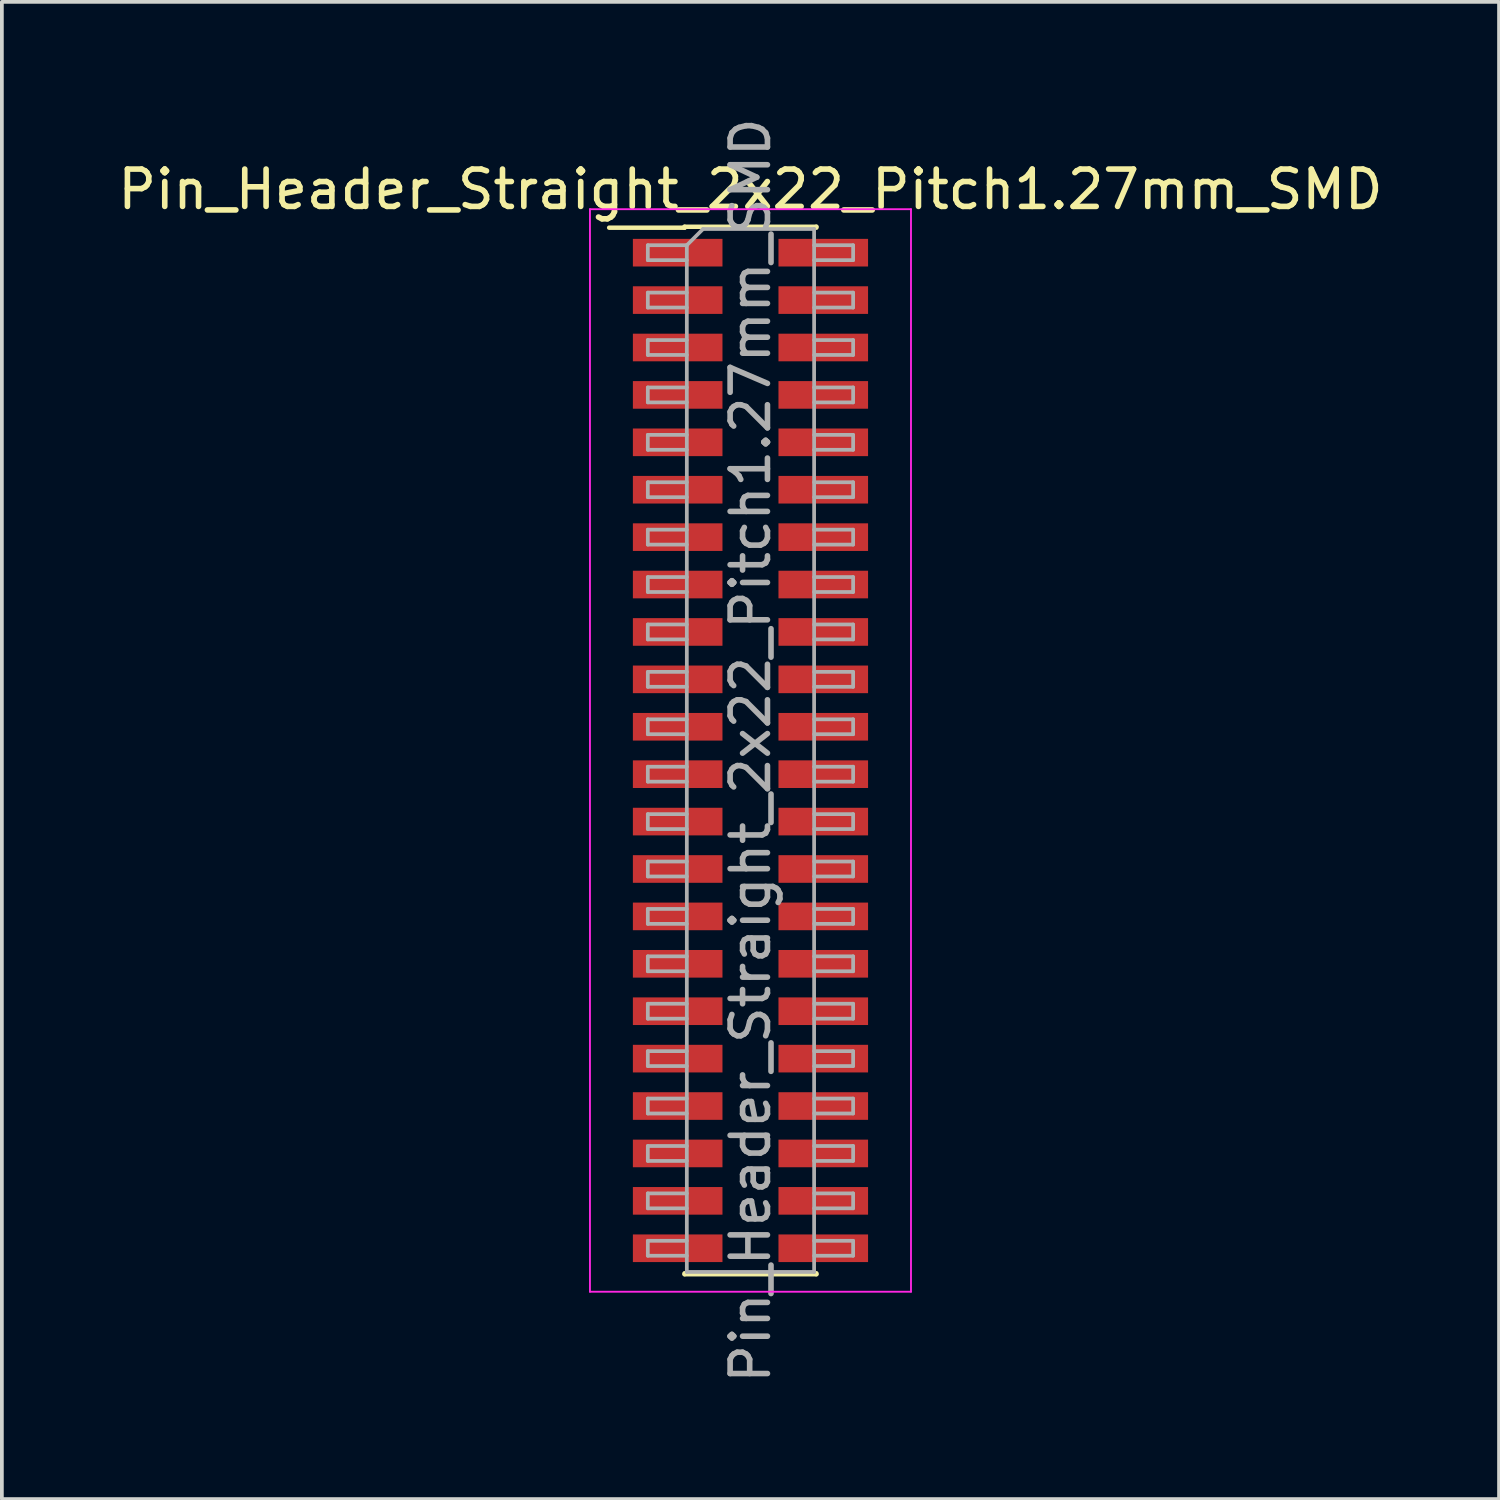
<source format=kicad_pcb>
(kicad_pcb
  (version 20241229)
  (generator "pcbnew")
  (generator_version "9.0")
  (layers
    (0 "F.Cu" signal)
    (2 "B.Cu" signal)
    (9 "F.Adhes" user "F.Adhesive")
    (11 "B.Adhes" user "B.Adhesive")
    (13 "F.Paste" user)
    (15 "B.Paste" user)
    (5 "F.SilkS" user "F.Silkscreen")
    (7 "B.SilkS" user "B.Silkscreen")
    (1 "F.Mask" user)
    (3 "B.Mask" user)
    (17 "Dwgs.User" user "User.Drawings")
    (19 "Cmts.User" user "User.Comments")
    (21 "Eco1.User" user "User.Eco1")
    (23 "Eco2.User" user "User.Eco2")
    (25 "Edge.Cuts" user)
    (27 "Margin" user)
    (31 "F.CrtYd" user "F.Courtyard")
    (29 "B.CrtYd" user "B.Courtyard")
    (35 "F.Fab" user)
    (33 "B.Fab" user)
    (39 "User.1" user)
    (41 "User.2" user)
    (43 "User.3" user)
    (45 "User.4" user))
  (footprint "Pin_Header_Straight_2x22_Pitch1.27mm_SMD"
    (layer "F.Cu")
    (at 17.054 17.054)
    (property "Reference" "Pin_Header_Straight_2x22_Pitch1.27mm_SMD" (at 0 -15.03 0) (layer "F.SilkS") (effects (font (size 1 1) (thickness 0.15))))
    (attr smd)
    (fp_line (start -3.785 -14.005) (end -1.765 -14.005) (stroke (width 0.12) (type solid)) (layer "F.SilkS"))
    (fp_line (start -1.765 -14.03) (end 1.765 -14.03) (stroke (width 0.12) (type solid)) (layer "F.SilkS"))
    (fp_line (start -1.765 -14.005) (end -1.765 -14.03) (stroke (width 0.12) (type solid)) (layer "F.SilkS"))
    (fp_line (start -1.765 14.005) (end -1.765 14.03) (stroke (width 0.12) (type solid)) (layer "F.SilkS"))
    (fp_line (start -1.765 14.03) (end 1.765 14.03) (stroke (width 0.12) (type solid)) (layer "F.SilkS"))
    (fp_line (start 1.765 -14.03) (end 1.765 -14.005) (stroke (width 0.12) (type solid)) (layer "F.SilkS"))
    (fp_line (start 1.765 14.03) (end 1.765 14.005) (stroke (width 0.12) (type solid)) (layer "F.SilkS"))
    (fp_line (start -4.3 -14.5) (end -4.3 14.5) (stroke (width 0.05) (type solid)) (layer "F.CrtYd"))
    (fp_line (start -4.3 14.5) (end 4.3 14.5) (stroke (width 0.05) (type solid)) (layer "F.CrtYd"))
    (fp_line (start 4.3 -14.5) (end -4.3 -14.5) (stroke (width 0.05) (type solid)) (layer "F.CrtYd"))
    (fp_line (start 4.3 14.5) (end 4.3 -14.5) (stroke (width 0.05) (type solid)) (layer "F.CrtYd"))
    (fp_line (start -2.75 -13.535) (end -2.75 -13.135) (stroke (width 0.1) (type solid)) (layer "F.Fab"))
    (fp_line (start -2.75 -13.135) (end -1.705 -13.135) (stroke (width 0.1) (type solid)) (layer "F.Fab"))
    (fp_line (start -2.75 -12.265) (end -2.75 -11.865) (stroke (width 0.1) (type solid)) (layer "F.Fab"))
    (fp_line (start -2.75 -11.865) (end -1.705 -11.865) (stroke (width 0.1) (type solid)) (layer "F.Fab"))
    (fp_line (start -2.75 -10.995) (end -2.75 -10.595) (stroke (width 0.1) (type solid)) (layer "F.Fab"))
    (fp_line (start -2.75 -10.595) (end -1.705 -10.595) (stroke (width 0.1) (type solid)) (layer "F.Fab"))
    (fp_line (start -2.75 -9.725) (end -2.75 -9.325) (stroke (width 0.1) (type solid)) (layer "F.Fab"))
    (fp_line (start -2.75 -9.325) (end -1.705 -9.325) (stroke (width 0.1) (type solid)) (layer "F.Fab"))
    (fp_line (start -2.75 -8.455) (end -2.75 -8.055) (stroke (width 0.1) (type solid)) (layer "F.Fab"))
    (fp_line (start -2.75 -8.055) (end -1.705 -8.055) (stroke (width 0.1) (type solid)) (layer "F.Fab"))
    (fp_line (start -2.75 -7.185) (end -2.75 -6.785) (stroke (width 0.1) (type solid)) (layer "F.Fab"))
    (fp_line (start -2.75 -6.785) (end -1.705 -6.785) (stroke (width 0.1) (type solid)) (layer "F.Fab"))
    (fp_line (start -2.75 -5.915) (end -2.75 -5.515) (stroke (width 0.1) (type solid)) (layer "F.Fab"))
    (fp_line (start -2.75 -5.515) (end -1.705 -5.515) (stroke (width 0.1) (type solid)) (layer "F.Fab"))
    (fp_line (start -2.75 -4.645) (end -2.75 -4.245) (stroke (width 0.1) (type solid)) (layer "F.Fab"))
    (fp_line (start -2.75 -4.245) (end -1.705 -4.245) (stroke (width 0.1) (type solid)) (layer "F.Fab"))
    (fp_line (start -2.75 -3.375) (end -2.75 -2.975) (stroke (width 0.1) (type solid)) (layer "F.Fab"))
    (fp_line (start -2.75 -2.975) (end -1.705 -2.975) (stroke (width 0.1) (type solid)) (layer "F.Fab"))
    (fp_line (start -2.75 -2.105) (end -2.75 -1.705) (stroke (width 0.1) (type solid)) (layer "F.Fab"))
    (fp_line (start -2.75 -1.705) (end -1.705 -1.705) (stroke (width 0.1) (type solid)) (layer "F.Fab"))
    (fp_line (start -2.75 -0.835) (end -2.75 -0.435) (stroke (width 0.1) (type solid)) (layer "F.Fab"))
    (fp_line (start -2.75 -0.435) (end -1.705 -0.435) (stroke (width 0.1) (type solid)) (layer "F.Fab"))
    (fp_line (start -2.75 0.435) (end -2.75 0.835) (stroke (width 0.1) (type solid)) (layer "F.Fab"))
    (fp_line (start -2.75 0.835) (end -1.705 0.835) (stroke (width 0.1) (type solid)) (layer "F.Fab"))
    (fp_line (start -2.75 1.705) (end -2.75 2.105) (stroke (width 0.1) (type solid)) (layer "F.Fab"))
    (fp_line (start -2.75 2.105) (end -1.705 2.105) (stroke (width 0.1) (type solid)) (layer "F.Fab"))
    (fp_line (start -2.75 2.975) (end -2.75 3.375) (stroke (width 0.1) (type solid)) (layer "F.Fab"))
    (fp_line (start -2.75 3.375) (end -1.705 3.375) (stroke (width 0.1) (type solid)) (layer "F.Fab"))
    (fp_line (start -2.75 4.245) (end -2.75 4.645) (stroke (width 0.1) (type solid)) (layer "F.Fab"))
    (fp_line (start -2.75 4.645) (end -1.705 4.645) (stroke (width 0.1) (type solid)) (layer "F.Fab"))
    (fp_line (start -2.75 5.515) (end -2.75 5.915) (stroke (width 0.1) (type solid)) (layer "F.Fab"))
    (fp_line (start -2.75 5.915) (end -1.705 5.915) (stroke (width 0.1) (type solid)) (layer "F.Fab"))
    (fp_line (start -2.75 6.785) (end -2.75 7.185) (stroke (width 0.1) (type solid)) (layer "F.Fab"))
    (fp_line (start -2.75 7.185) (end -1.705 7.185) (stroke (width 0.1) (type solid)) (layer "F.Fab"))
    (fp_line (start -2.75 8.055) (end -2.75 8.455) (stroke (width 0.1) (type solid)) (layer "F.Fab"))
    (fp_line (start -2.75 8.455) (end -1.705 8.455) (stroke (width 0.1) (type solid)) (layer "F.Fab"))
    (fp_line (start -2.75 9.325) (end -2.75 9.725) (stroke (width 0.1) (type solid)) (layer "F.Fab"))
    (fp_line (start -2.75 9.725) (end -1.705 9.725) (stroke (width 0.1) (type solid)) (layer "F.Fab"))
    (fp_line (start -2.75 10.595) (end -2.75 10.995) (stroke (width 0.1) (type solid)) (layer "F.Fab"))
    (fp_line (start -2.75 10.995) (end -1.705 10.995) (stroke (width 0.1) (type solid)) (layer "F.Fab"))
    (fp_line (start -2.75 11.865) (end -2.75 12.265) (stroke (width 0.1) (type solid)) (layer "F.Fab"))
    (fp_line (start -2.75 12.265) (end -1.705 12.265) (stroke (width 0.1) (type solid)) (layer "F.Fab"))
    (fp_line (start -2.75 13.135) (end -2.75 13.535) (stroke (width 0.1) (type solid)) (layer "F.Fab"))
    (fp_line (start -2.75 13.535) (end -1.705 13.535) (stroke (width 0.1) (type solid)) (layer "F.Fab"))
    (fp_line (start -1.705 -13.535) (end -2.75 -13.535) (stroke (width 0.1) (type solid)) (layer "F.Fab"))
    (fp_line (start -1.705 -13.535) (end -1.27 -13.97) (stroke (width 0.1) (type solid)) (layer "F.Fab"))
    (fp_line (start -1.705 -12.265) (end -2.75 -12.265) (stroke (width 0.1) (type solid)) (layer "F.Fab"))
    (fp_line (start -1.705 -10.995) (end -2.75 -10.995) (stroke (width 0.1) (type solid)) (layer "F.Fab"))
    (fp_line (start -1.705 -9.725) (end -2.75 -9.725) (stroke (width 0.1) (type solid)) (layer "F.Fab"))
    (fp_line (start -1.705 -8.455) (end -2.75 -8.455) (stroke (width 0.1) (type solid)) (layer "F.Fab"))
    (fp_line (start -1.705 -7.185) (end -2.75 -7.185) (stroke (width 0.1) (type solid)) (layer "F.Fab"))
    (fp_line (start -1.705 -5.915) (end -2.75 -5.915) (stroke (width 0.1) (type solid)) (layer "F.Fab"))
    (fp_line (start -1.705 -4.645) (end -2.75 -4.645) (stroke (width 0.1) (type solid)) (layer "F.Fab"))
    (fp_line (start -1.705 -3.375) (end -2.75 -3.375) (stroke (width 0.1) (type solid)) (layer "F.Fab"))
    (fp_line (start -1.705 -2.105) (end -2.75 -2.105) (stroke (width 0.1) (type solid)) (layer "F.Fab"))
    (fp_line (start -1.705 -0.835) (end -2.75 -0.835) (stroke (width 0.1) (type solid)) (layer "F.Fab"))
    (fp_line (start -1.705 0.435) (end -2.75 0.435) (stroke (width 0.1) (type solid)) (layer "F.Fab"))
    (fp_line (start -1.705 1.705) (end -2.75 1.705) (stroke (width 0.1) (type solid)) (layer "F.Fab"))
    (fp_line (start -1.705 2.975) (end -2.75 2.975) (stroke (width 0.1) (type solid)) (layer "F.Fab"))
    (fp_line (start -1.705 4.245) (end -2.75 4.245) (stroke (width 0.1) (type solid)) (layer "F.Fab"))
    (fp_line (start -1.705 5.515) (end -2.75 5.515) (stroke (width 0.1) (type solid)) (layer "F.Fab"))
    (fp_line (start -1.705 6.785) (end -2.75 6.785) (stroke (width 0.1) (type solid)) (layer "F.Fab"))
    (fp_line (start -1.705 8.055) (end -2.75 8.055) (stroke (width 0.1) (type solid)) (layer "F.Fab"))
    (fp_line (start -1.705 9.325) (end -2.75 9.325) (stroke (width 0.1) (type solid)) (layer "F.Fab"))
    (fp_line (start -1.705 10.595) (end -2.75 10.595) (stroke (width 0.1) (type solid)) (layer "F.Fab"))
    (fp_line (start -1.705 11.865) (end -2.75 11.865) (stroke (width 0.1) (type solid)) (layer "F.Fab"))
    (fp_line (start -1.705 13.135) (end -2.75 13.135) (stroke (width 0.1) (type solid)) (layer "F.Fab"))
    (fp_line (start -1.705 13.97) (end -1.705 -13.535) (stroke (width 0.1) (type solid)) (layer "F.Fab"))
    (fp_line (start -1.27 -13.97) (end 1.705 -13.97) (stroke (width 0.1) (type solid)) (layer "F.Fab"))
    (fp_line (start 1.705 -13.97) (end 1.705 13.97) (stroke (width 0.1) (type solid)) (layer "F.Fab"))
    (fp_line (start 1.705 -13.535) (end 2.75 -13.535) (stroke (width 0.1) (type solid)) (layer "F.Fab"))
    (fp_line (start 1.705 -12.265) (end 2.75 -12.265) (stroke (width 0.1) (type solid)) (layer "F.Fab"))
    (fp_line (start 1.705 -10.995) (end 2.75 -10.995) (stroke (width 0.1) (type solid)) (layer "F.Fab"))
    (fp_line (start 1.705 -9.725) (end 2.75 -9.725) (stroke (width 0.1) (type solid)) (layer "F.Fab"))
    (fp_line (start 1.705 -8.455) (end 2.75 -8.455) (stroke (width 0.1) (type solid)) (layer "F.Fab"))
    (fp_line (start 1.705 -7.185) (end 2.75 -7.185) (stroke (width 0.1) (type solid)) (layer "F.Fab"))
    (fp_line (start 1.705 -5.915) (end 2.75 -5.915) (stroke (width 0.1) (type solid)) (layer "F.Fab"))
    (fp_line (start 1.705 -4.645) (end 2.75 -4.645) (stroke (width 0.1) (type solid)) (layer "F.Fab"))
    (fp_line (start 1.705 -3.375) (end 2.75 -3.375) (stroke (width 0.1) (type solid)) (layer "F.Fab"))
    (fp_line (start 1.705 -2.105) (end 2.75 -2.105) (stroke (width 0.1) (type solid)) (layer "F.Fab"))
    (fp_line (start 1.705 -0.835) (end 2.75 -0.835) (stroke (width 0.1) (type solid)) (layer "F.Fab"))
    (fp_line (start 1.705 0.435) (end 2.75 0.435) (stroke (width 0.1) (type solid)) (layer "F.Fab"))
    (fp_line (start 1.705 1.705) (end 2.75 1.705) (stroke (width 0.1) (type solid)) (layer "F.Fab"))
    (fp_line (start 1.705 2.975) (end 2.75 2.975) (stroke (width 0.1) (type solid)) (layer "F.Fab"))
    (fp_line (start 1.705 4.245) (end 2.75 4.245) (stroke (width 0.1) (type solid)) (layer "F.Fab"))
    (fp_line (start 1.705 5.515) (end 2.75 5.515) (stroke (width 0.1) (type solid)) (layer "F.Fab"))
    (fp_line (start 1.705 6.785) (end 2.75 6.785) (stroke (width 0.1) (type solid)) (layer "F.Fab"))
    (fp_line (start 1.705 8.055) (end 2.75 8.055) (stroke (width 0.1) (type solid)) (layer "F.Fab"))
    (fp_line (start 1.705 9.325) (end 2.75 9.325) (stroke (width 0.1) (type solid)) (layer "F.Fab"))
    (fp_line (start 1.705 10.595) (end 2.75 10.595) (stroke (width 0.1) (type solid)) (layer "F.Fab"))
    (fp_line (start 1.705 11.865) (end 2.75 11.865) (stroke (width 0.1) (type solid)) (layer "F.Fab"))
    (fp_line (start 1.705 13.135) (end 2.75 13.135) (stroke (width 0.1) (type solid)) (layer "F.Fab"))
    (fp_line (start 1.705 13.97) (end -1.705 13.97) (stroke (width 0.1) (type solid)) (layer "F.Fab"))
    (fp_line (start 2.75 -13.535) (end 2.75 -13.135) (stroke (width 0.1) (type solid)) (layer "F.Fab"))
    (fp_line (start 2.75 -13.135) (end 1.705 -13.135) (stroke (width 0.1) (type solid)) (layer "F.Fab"))
    (fp_line (start 2.75 -12.265) (end 2.75 -11.865) (stroke (width 0.1) (type solid)) (layer "F.Fab"))
    (fp_line (start 2.75 -11.865) (end 1.705 -11.865) (stroke (width 0.1) (type solid)) (layer "F.Fab"))
    (fp_line (start 2.75 -10.995) (end 2.75 -10.595) (stroke (width 0.1) (type solid)) (layer "F.Fab"))
    (fp_line (start 2.75 -10.595) (end 1.705 -10.595) (stroke (width 0.1) (type solid)) (layer "F.Fab"))
    (fp_line (start 2.75 -9.725) (end 2.75 -9.325) (stroke (width 0.1) (type solid)) (layer "F.Fab"))
    (fp_line (start 2.75 -9.325) (end 1.705 -9.325) (stroke (width 0.1) (type solid)) (layer "F.Fab"))
    (fp_line (start 2.75 -8.455) (end 2.75 -8.055) (stroke (width 0.1) (type solid)) (layer "F.Fab"))
    (fp_line (start 2.75 -8.055) (end 1.705 -8.055) (stroke (width 0.1) (type solid)) (layer "F.Fab"))
    (fp_line (start 2.75 -7.185) (end 2.75 -6.785) (stroke (width 0.1) (type solid)) (layer "F.Fab"))
    (fp_line (start 2.75 -6.785) (end 1.705 -6.785) (stroke (width 0.1) (type solid)) (layer "F.Fab"))
    (fp_line (start 2.75 -5.915) (end 2.75 -5.515) (stroke (width 0.1) (type solid)) (layer "F.Fab"))
    (fp_line (start 2.75 -5.515) (end 1.705 -5.515) (stroke (width 0.1) (type solid)) (layer "F.Fab"))
    (fp_line (start 2.75 -4.645) (end 2.75 -4.245) (stroke (width 0.1) (type solid)) (layer "F.Fab"))
    (fp_line (start 2.75 -4.245) (end 1.705 -4.245) (stroke (width 0.1) (type solid)) (layer "F.Fab"))
    (fp_line (start 2.75 -3.375) (end 2.75 -2.975) (stroke (width 0.1) (type solid)) (layer "F.Fab"))
    (fp_line (start 2.75 -2.975) (end 1.705 -2.975) (stroke (width 0.1) (type solid)) (layer "F.Fab"))
    (fp_line (start 2.75 -2.105) (end 2.75 -1.705) (stroke (width 0.1) (type solid)) (layer "F.Fab"))
    (fp_line (start 2.75 -1.705) (end 1.705 -1.705) (stroke (width 0.1) (type solid)) (layer "F.Fab"))
    (fp_line (start 2.75 -0.835) (end 2.75 -0.435) (stroke (width 0.1) (type solid)) (layer "F.Fab"))
    (fp_line (start 2.75 -0.435) (end 1.705 -0.435) (stroke (width 0.1) (type solid)) (layer "F.Fab"))
    (fp_line (start 2.75 0.435) (end 2.75 0.835) (stroke (width 0.1) (type solid)) (layer "F.Fab"))
    (fp_line (start 2.75 0.835) (end 1.705 0.835) (stroke (width 0.1) (type solid)) (layer "F.Fab"))
    (fp_line (start 2.75 1.705) (end 2.75 2.105) (stroke (width 0.1) (type solid)) (layer "F.Fab"))
    (fp_line (start 2.75 2.105) (end 1.705 2.105) (stroke (width 0.1) (type solid)) (layer "F.Fab"))
    (fp_line (start 2.75 2.975) (end 2.75 3.375) (stroke (width 0.1) (type solid)) (layer "F.Fab"))
    (fp_line (start 2.75 3.375) (end 1.705 3.375) (stroke (width 0.1) (type solid)) (layer "F.Fab"))
    (fp_line (start 2.75 4.245) (end 2.75 4.645) (stroke (width 0.1) (type solid)) (layer "F.Fab"))
    (fp_line (start 2.75 4.645) (end 1.705 4.645) (stroke (width 0.1) (type solid)) (layer "F.Fab"))
    (fp_line (start 2.75 5.515) (end 2.75 5.915) (stroke (width 0.1) (type solid)) (layer "F.Fab"))
    (fp_line (start 2.75 5.915) (end 1.705 5.915) (stroke (width 0.1) (type solid)) (layer "F.Fab"))
    (fp_line (start 2.75 6.785) (end 2.75 7.185) (stroke (width 0.1) (type solid)) (layer "F.Fab"))
    (fp_line (start 2.75 7.185) (end 1.705 7.185) (stroke (width 0.1) (type solid)) (layer "F.Fab"))
    (fp_line (start 2.75 8.055) (end 2.75 8.455) (stroke (width 0.1) (type solid)) (layer "F.Fab"))
    (fp_line (start 2.75 8.455) (end 1.705 8.455) (stroke (width 0.1) (type solid)) (layer "F.Fab"))
    (fp_line (start 2.75 9.325) (end 2.75 9.725) (stroke (width 0.1) (type solid)) (layer "F.Fab"))
    (fp_line (start 2.75 9.725) (end 1.705 9.725) (stroke (width 0.1) (type solid)) (layer "F.Fab"))
    (fp_line (start 2.75 10.595) (end 2.75 10.995) (stroke (width 0.1) (type solid)) (layer "F.Fab"))
    (fp_line (start 2.75 10.995) (end 1.705 10.995) (stroke (width 0.1) (type solid)) (layer "F.Fab"))
    (fp_line (start 2.75 11.865) (end 2.75 12.265) (stroke (width 0.1) (type solid)) (layer "F.Fab"))
    (fp_line (start 2.75 12.265) (end 1.705 12.265) (stroke (width 0.1) (type solid)) (layer "F.Fab"))
    (fp_line (start 2.75 13.135) (end 2.75 13.535) (stroke (width 0.1) (type solid)) (layer "F.Fab"))
    (fp_line (start 2.75 13.535) (end 1.705 13.535) (stroke (width 0.1) (type solid)) (layer "F.Fab"))
    (fp_text user "${REFERENCE}" (at 0 0 90) (layer "F.Fab") (effects (font (size 1 1) (thickness 0.15))))
    (pad "1" smd rect (at -1.95 -13.335) (size 2.4 0.74) (layers "F.Cu" "F.Mask" "F.Paste"))
    (pad "2" smd rect (at 1.95 -13.335) (size 2.4 0.74) (layers "F.Cu" "F.Mask" "F.Paste"))
    (pad "3" smd rect (at -1.95 -12.065) (size 2.4 0.74) (layers "F.Cu" "F.Mask" "F.Paste"))
    (pad "4" smd rect (at 1.95 -12.065) (size 2.4 0.74) (layers "F.Cu" "F.Mask" "F.Paste"))
    (pad "5" smd rect (at -1.95 -10.795) (size 2.4 0.74) (layers "F.Cu" "F.Mask" "F.Paste"))
    (pad "6" smd rect (at 1.95 -10.795) (size 2.4 0.74) (layers "F.Cu" "F.Mask" "F.Paste"))
    (pad "7" smd rect (at -1.95 -9.525) (size 2.4 0.74) (layers "F.Cu" "F.Mask" "F.Paste"))
    (pad "8" smd rect (at 1.95 -9.525) (size 2.4 0.74) (layers "F.Cu" "F.Mask" "F.Paste"))
    (pad "9" smd rect (at -1.95 -8.255) (size 2.4 0.74) (layers "F.Cu" "F.Mask" "F.Paste"))
    (pad "10" smd rect (at 1.95 -8.255) (size 2.4 0.74) (layers "F.Cu" "F.Mask" "F.Paste"))
    (pad "11" smd rect (at -1.95 -6.985) (size 2.4 0.74) (layers "F.Cu" "F.Mask" "F.Paste"))
    (pad "12" smd rect (at 1.95 -6.985) (size 2.4 0.74) (layers "F.Cu" "F.Mask" "F.Paste"))
    (pad "13" smd rect (at -1.95 -5.715) (size 2.4 0.74) (layers "F.Cu" "F.Mask" "F.Paste"))
    (pad "14" smd rect (at 1.95 -5.715) (size 2.4 0.74) (layers "F.Cu" "F.Mask" "F.Paste"))
    (pad "15" smd rect (at -1.95 -4.445) (size 2.4 0.74) (layers "F.Cu" "F.Mask" "F.Paste"))
    (pad "16" smd rect (at 1.95 -4.445) (size 2.4 0.74) (layers "F.Cu" "F.Mask" "F.Paste"))
    (pad "17" smd rect (at -1.95 -3.175) (size 2.4 0.74) (layers "F.Cu" "F.Mask" "F.Paste"))
    (pad "18" smd rect (at 1.95 -3.175) (size 2.4 0.74) (layers "F.Cu" "F.Mask" "F.Paste"))
    (pad "19" smd rect (at -1.95 -1.905) (size 2.4 0.74) (layers "F.Cu" "F.Mask" "F.Paste"))
    (pad "20" smd rect (at 1.95 -1.905) (size 2.4 0.74) (layers "F.Cu" "F.Mask" "F.Paste"))
    (pad "21" smd rect (at -1.95 -0.635) (size 2.4 0.74) (layers "F.Cu" "F.Mask" "F.Paste"))
    (pad "22" smd rect (at 1.95 -0.635) (size 2.4 0.74) (layers "F.Cu" "F.Mask" "F.Paste"))
    (pad "23" smd rect (at -1.95 0.635) (size 2.4 0.74) (layers "F.Cu" "F.Mask" "F.Paste"))
    (pad "24" smd rect (at 1.95 0.635) (size 2.4 0.74) (layers "F.Cu" "F.Mask" "F.Paste"))
    (pad "25" smd rect (at -1.95 1.905) (size 2.4 0.74) (layers "F.Cu" "F.Mask" "F.Paste"))
    (pad "26" smd rect (at 1.95 1.905) (size 2.4 0.74) (layers "F.Cu" "F.Mask" "F.Paste"))
    (pad "27" smd rect (at -1.95 3.175) (size 2.4 0.74) (layers "F.Cu" "F.Mask" "F.Paste"))
    (pad "28" smd rect (at 1.95 3.175) (size 2.4 0.74) (layers "F.Cu" "F.Mask" "F.Paste"))
    (pad "29" smd rect (at -1.95 4.445) (size 2.4 0.74) (layers "F.Cu" "F.Mask" "F.Paste"))
    (pad "30" smd rect (at 1.95 4.445) (size 2.4 0.74) (layers "F.Cu" "F.Mask" "F.Paste"))
    (pad "31" smd rect (at -1.95 5.715) (size 2.4 0.74) (layers "F.Cu" "F.Mask" "F.Paste"))
    (pad "32" smd rect (at 1.95 5.715) (size 2.4 0.74) (layers "F.Cu" "F.Mask" "F.Paste"))
    (pad "33" smd rect (at -1.95 6.985) (size 2.4 0.74) (layers "F.Cu" "F.Mask" "F.Paste"))
    (pad "34" smd rect (at 1.95 6.985) (size 2.4 0.74) (layers "F.Cu" "F.Mask" "F.Paste"))
    (pad "35" smd rect (at -1.95 8.255) (size 2.4 0.74) (layers "F.Cu" "F.Mask" "F.Paste"))
    (pad "36" smd rect (at 1.95 8.255) (size 2.4 0.74) (layers "F.Cu" "F.Mask" "F.Paste"))
    (pad "37" smd rect (at -1.95 9.525) (size 2.4 0.74) (layers "F.Cu" "F.Mask" "F.Paste"))
    (pad "38" smd rect (at 1.95 9.525) (size 2.4 0.74) (layers "F.Cu" "F.Mask" "F.Paste"))
    (pad "39" smd rect (at -1.95 10.795) (size 2.4 0.74) (layers "F.Cu" "F.Mask" "F.Paste"))
    (pad "40" smd rect (at 1.95 10.795) (size 2.4 0.74) (layers "F.Cu" "F.Mask" "F.Paste"))
    (pad "41" smd rect (at -1.95 12.065) (size 2.4 0.74) (layers "F.Cu" "F.Mask" "F.Paste"))
    (pad "42" smd rect (at 1.95 12.065) (size 2.4 0.74) (layers "F.Cu" "F.Mask" "F.Paste"))
    (pad "43" smd rect (at -1.95 13.335) (size 2.4 0.74) (layers "F.Cu" "F.Mask" "F.Paste"))
    (pad "44" smd rect (at 1.95 13.335) (size 2.4 0.74) (layers "F.Cu" "F.Mask" "F.Paste")))
  (gr_rect
    (start -3 -3)
    (end 37.107 37.107)
    (stroke (width 0.1) (type default))
    (fill no)
    (layer "Edge.Cuts")))
</source>
